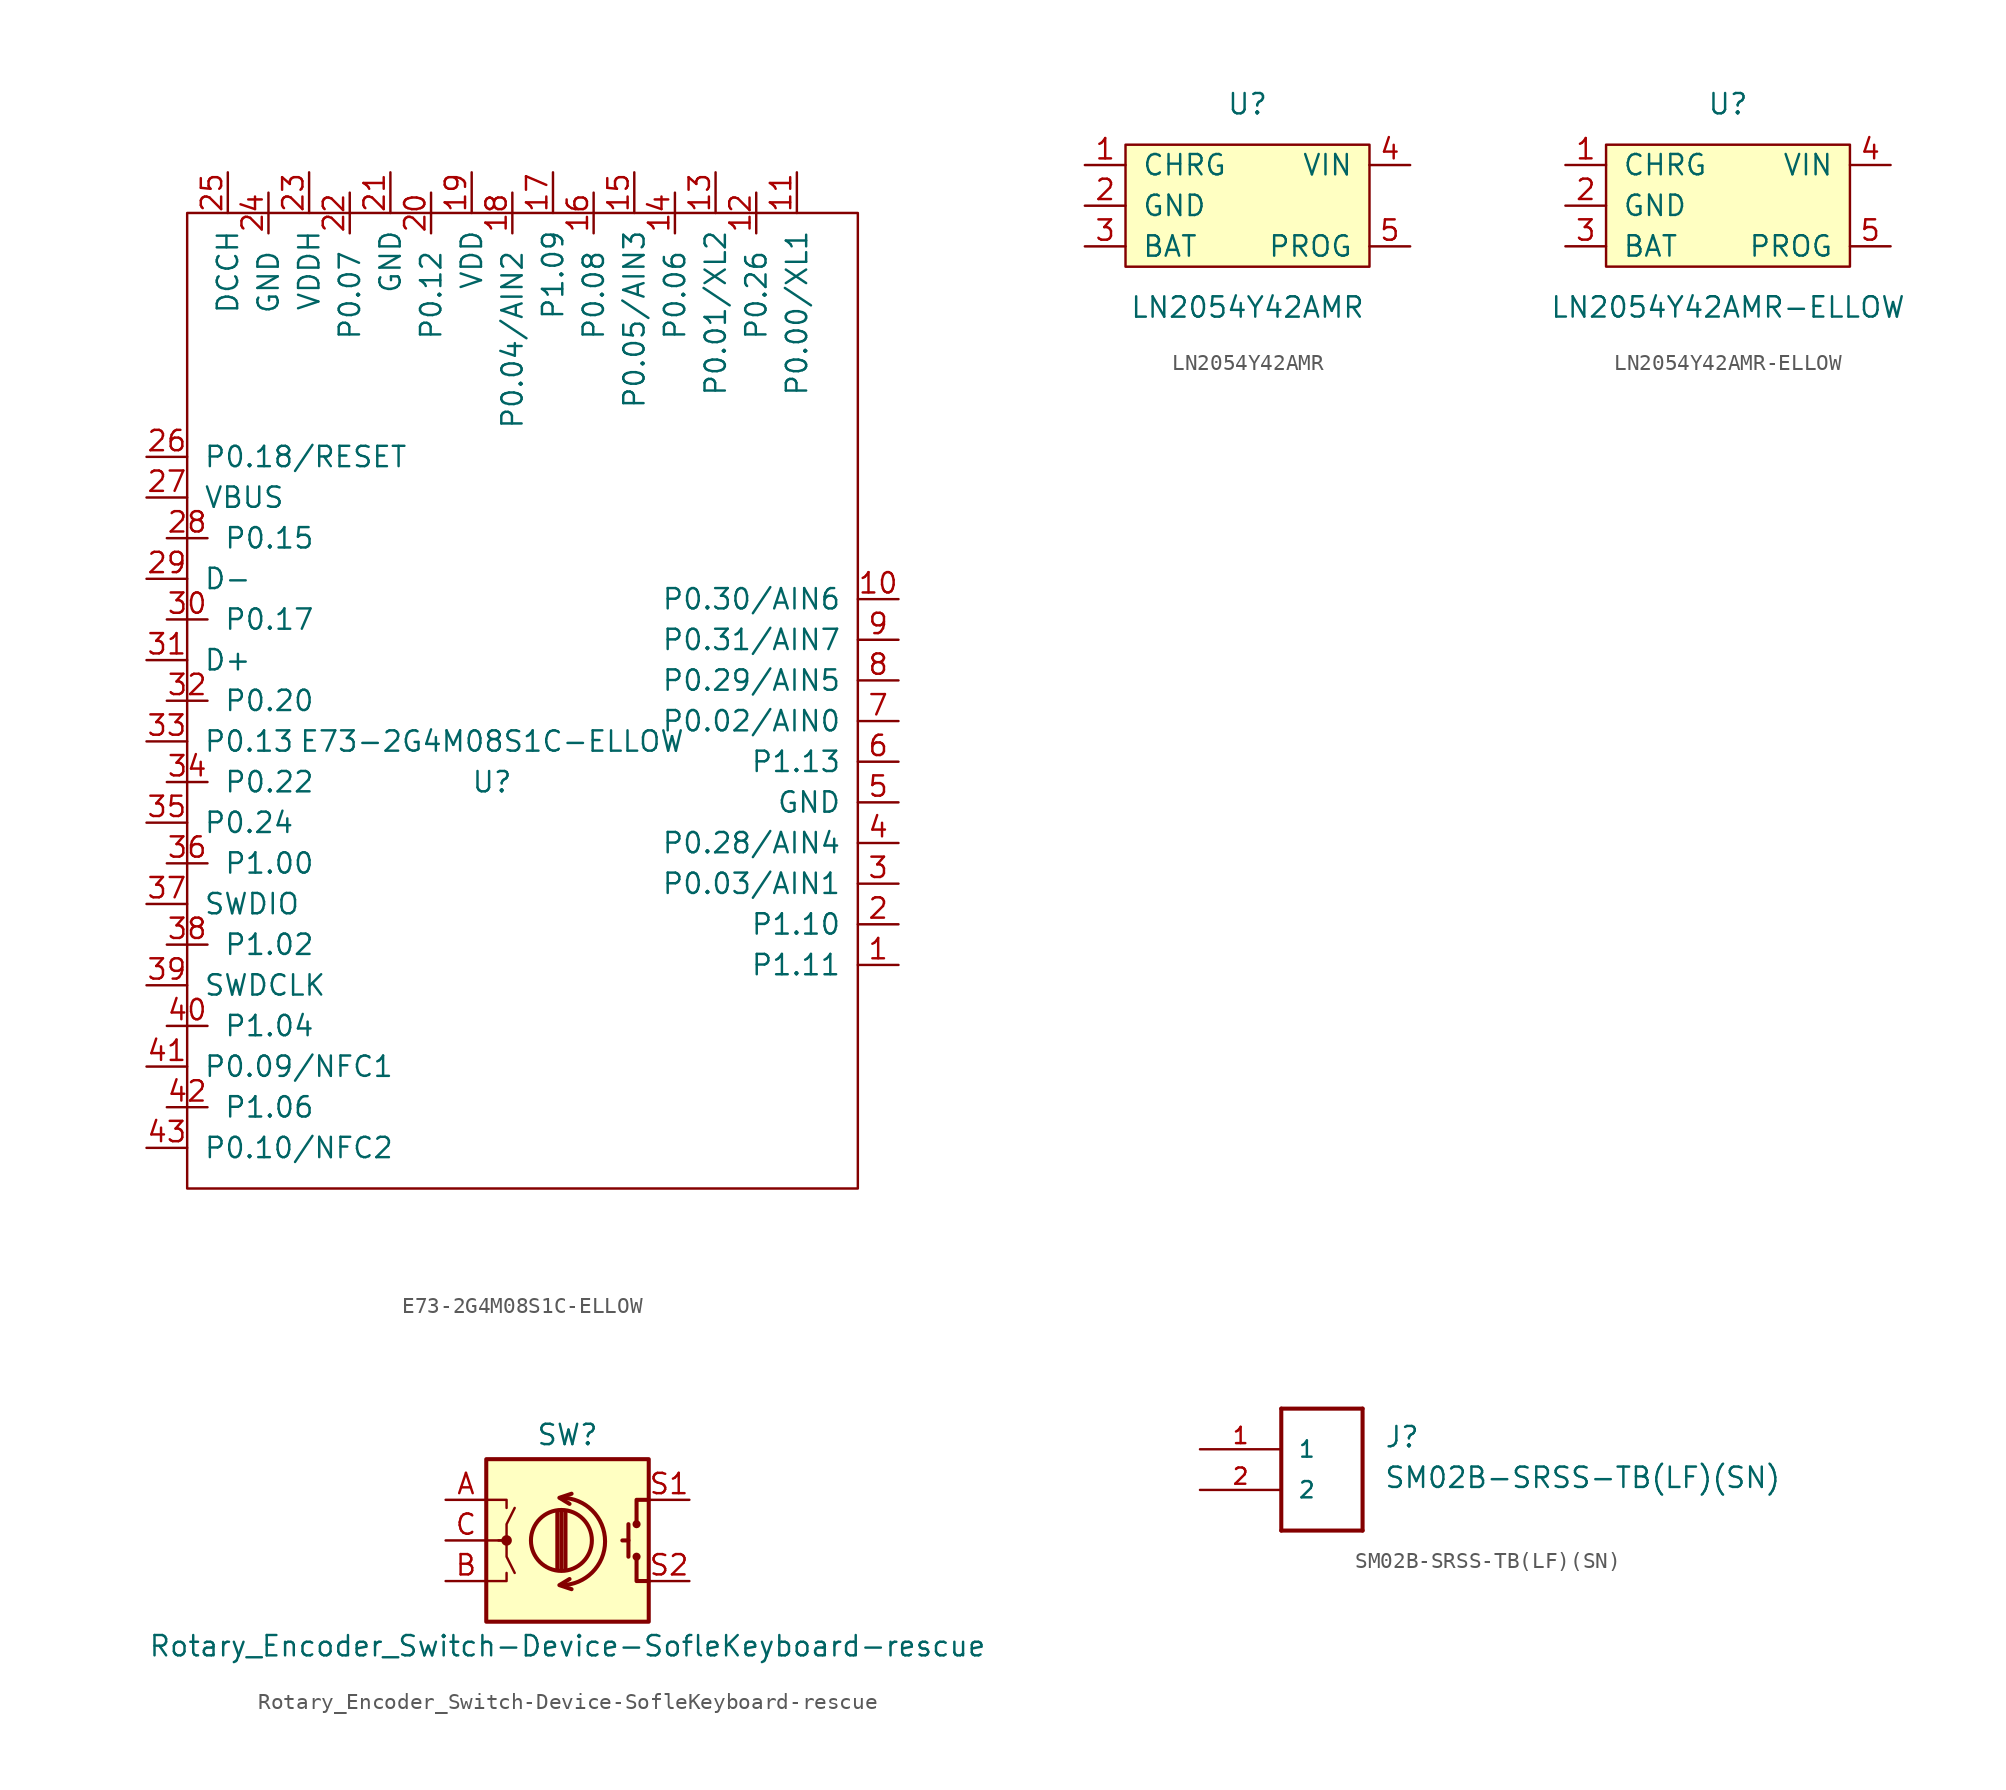
<source format=kicad_sym>
(kicad_symbol_lib
  (version 20201005)
  (generator kicad_symbol_editor)
  (symbol "BlueSof:E73-2G4M08S1C-ELLOW"
    (pin_names
      (offset 1.016))
    (property "Reference" "U"
      (at 0 -1.27 0)
      (effects (font (size 1.27 1.27))))
    (property "Value" "E73-2G4M08S1C-ELLOW"
      (at 0 1.27 0)
      (effects (font (size 1.27 1.27))))
    (symbol "E73-2G4M08S1C-ELLOW_0_0"
      (pin bidirectional line (at 25.4 10.16 180) (length 2.54) (name "P0.30/AIN6" (effects (font (size 1.27 1.27)))) (number "10" (effects (font (size 1.27 1.27)))))
      (pin bidirectional line (at 19.05 36.83 270) (length 2.54) (name "P0.00/XL1" (effects (font (size 1.27 1.27)))) (number "11" (effects (font (size 1.27 1.27)))))
      (pin bidirectional line (at 16.51 35.56 270) (length 2.54) (name "P0.26" (effects (font (size 1.27 1.27)))) (number "12" (effects (font (size 1.27 1.27)))))
      (pin bidirectional line (at 13.97 36.83 270) (length 2.54) (name "P0.01/XL2" (effects (font (size 1.27 1.27)))) (number "13" (effects (font (size 1.27 1.27)))))
      (pin bidirectional line (at 11.43 35.56 270) (length 2.54) (name "P0.06" (effects (font (size 1.27 1.27)))) (number "14" (effects (font (size 1.27 1.27)))))
      (pin bidirectional line (at 8.89 36.83 270) (length 2.54) (name "P0.05/AIN3" (effects (font (size 1.27 1.27)))) (number "15" (effects (font (size 1.27 1.27)))))
      (pin bidirectional line (at 6.35 35.56 270) (length 2.54) (name "P0.08" (effects (font (size 1.27 1.27)))) (number "16" (effects (font (size 1.27 1.27)))))
      (pin bidirectional line (at 3.81 36.83 270) (length 2.54) (name "P1.09" (effects (font (size 1.27 1.27)))) (number "17" (effects (font (size 1.27 1.27)))))
      (pin bidirectional line (at 1.27 35.56 270) (length 2.54) (name "P0.04/AIN2" (effects (font (size 1.27 1.27)))) (number "18" (effects (font (size 1.27 1.27)))))
      (pin unspecified line (at -1.27 36.83 270) (length 2.54) (name "VDD" (effects (font (size 1.27 1.27)))) (number "19" (effects (font (size 1.27 1.27)))))
      (pin bidirectional line (at -3.81 35.56 270) (length 2.54) (name "P0.12" (effects (font (size 1.27 1.27)))) (number "20" (effects (font (size 1.27 1.27)))))
      (pin unspecified line (at -6.35 36.83 270) (length 2.54) (name "GND" (effects (font (size 1.27 1.27)))) (number "21" (effects (font (size 1.27 1.27)))))
      (pin bidirectional line (at -8.89 35.56 270) (length 2.54) (name "P0.07" (effects (font (size 1.27 1.27)))) (number "22" (effects (font (size 1.27 1.27)))))
      (pin unspecified line (at -11.43 36.83 270) (length 2.54) (name "VDDH" (effects (font (size 1.27 1.27)))) (number "23" (effects (font (size 1.27 1.27)))))
      (pin unspecified line (at -13.97 35.56 270) (length 2.54) (name "GND" (effects (font (size 1.27 1.27)))) (number "24" (effects (font (size 1.27 1.27)))))
      (pin bidirectional line (at -16.51 36.83 270) (length 2.54) (name "DCCH" (effects (font (size 1.27 1.27)))) (number "25" (effects (font (size 1.27 1.27)))))
      (pin bidirectional line (at -21.59 19.05 0) (length 2.54) (name "P0.18/RESET" (effects (font (size 1.27 1.27)))) (number "26" (effects (font (size 1.27 1.27)))))
      (pin unspecified line (at -21.59 16.51 0) (length 2.54) (name "VBUS" (effects (font (size 1.27 1.27)))) (number "27" (effects (font (size 1.27 1.27)))))
      (pin bidirectional line (at -20.32 13.97 0) (length 2.54) (name "P0.15" (effects (font (size 1.27 1.27)))) (number "28" (effects (font (size 1.27 1.27)))))
      (pin output line (at -21.59 11.43 0) (length 2.54) (name "D-" (effects (font (size 1.27 1.27)))) (number "29" (effects (font (size 1.27 1.27)))))
      (pin bidirectional line (at -20.32 8.89 0) (length 2.54) (name "P0.17" (effects (font (size 1.27 1.27)))) (number "30" (effects (font (size 1.27 1.27)))))
      (pin output line (at -21.59 6.35 0) (length 2.54) (name "D+" (effects (font (size 1.27 1.27)))) (number "31" (effects (font (size 1.27 1.27)))))
      (pin bidirectional line (at -20.32 3.81 0) (length 2.54) (name "P0.20" (effects (font (size 1.27 1.27)))) (number "32" (effects (font (size 1.27 1.27)))))
      (pin bidirectional line (at -21.59 1.27 0) (length 2.54) (name "P0.13" (effects (font (size 1.27 1.27)))) (number "33" (effects (font (size 1.27 1.27)))))
      (pin bidirectional line (at -20.32 -1.27 0) (length 2.54) (name "P0.22" (effects (font (size 1.27 1.27)))) (number "34" (effects (font (size 1.27 1.27)))))
      (pin bidirectional line (at -21.59 -3.81 0) (length 2.54) (name "P0.24" (effects (font (size 1.27 1.27)))) (number "35" (effects (font (size 1.27 1.27)))))
      (pin bidirectional line (at -20.32 -6.35 0) (length 2.54) (name "P1.00" (effects (font (size 1.27 1.27)))) (number "36" (effects (font (size 1.27 1.27)))))
      (pin unspecified line (at -21.59 -8.89 0) (length 2.54) (name "SWDIO" (effects (font (size 1.27 1.27)))) (number "37" (effects (font (size 1.27 1.27)))))
      (pin bidirectional line (at -20.32 -11.43 0) (length 2.54) (name "P1.02" (effects (font (size 1.27 1.27)))) (number "38" (effects (font (size 1.27 1.27)))))
      (pin unspecified line (at -21.59 -13.97 0) (length 2.54) (name "SWDCLK" (effects (font (size 1.27 1.27)))) (number "39" (effects (font (size 1.27 1.27)))))
      (pin bidirectional line (at -20.32 -16.51 0) (length 2.54) (name "P1.04" (effects (font (size 1.27 1.27)))) (number "40" (effects (font (size 1.27 1.27)))))
      (pin bidirectional line (at -21.59 -19.05 0) (length 2.54) (name "P0.09/NFC1" (effects (font (size 1.27 1.27)))) (number "41" (effects (font (size 1.27 1.27)))))
      (pin bidirectional line (at -20.32 -21.59 0) (length 2.54) (name "P1.06" (effects (font (size 1.27 1.27)))) (number "42" (effects (font (size 1.27 1.27)))))
      (pin bidirectional line (at -21.59 -24.13 0) (length 2.54) (name "P0.10/NFC2" (effects (font (size 1.27 1.27)))) (number "43" (effects (font (size 1.27 1.27)))))
      (pin bidirectional line (at 25.4 5.08 180) (length 2.54) (name "P0.29/AIN5" (effects (font (size 1.27 1.27)))) (number "8" (effects (font (size 1.27 1.27)))))
      (pin bidirectional line (at 25.4 7.62 180) (length 2.54) (name "P0.31/AIN7" (effects (font (size 1.27 1.27)))) (number "9" (effects (font (size 1.27 1.27))))))
    (symbol "E73-2G4M08S1C-ELLOW_0_1"
      (rectangle (start -19.05 34.29) (end 22.86 -26.67) (stroke (width 0)) (fill (type none))))
    (symbol "E73-2G4M08S1C-ELLOW_1_1"
      (pin bidirectional line (at 25.4 -12.7 180) (length 2.54) (name "P1.11" (effects (font (size 1.27 1.27)))) (number "1" (effects (font (size 1.27 1.27)))))
      (pin bidirectional line (at 25.4 -10.16 180) (length 2.54) (name "P1.10" (effects (font (size 1.27 1.27)))) (number "2" (effects (font (size 1.27 1.27)))))
      (pin bidirectional line (at 25.4 -7.62 180) (length 2.54) (name "P0.03/AIN1" (effects (font (size 1.27 1.27)))) (number "3" (effects (font (size 1.27 1.27)))))
      (pin bidirectional line (at 25.4 -5.08 180) (length 2.54) (name "P0.28/AIN4" (effects (font (size 1.27 1.27)))) (number "4" (effects (font (size 1.27 1.27)))))
      (pin power_in line (at 25.4 -2.54 180) (length 2.54) (name "GND" (effects (font (size 1.27 1.27)))) (number "5" (effects (font (size 1.27 1.27)))))
      (pin bidirectional line (at 25.4 0 180) (length 2.54) (name "P1.13" (effects (font (size 1.27 1.27)))) (number "6" (effects (font (size 1.27 1.27)))))
      (pin bidirectional line (at 25.4 2.54 180) (length 2.54) (name "P0.02/AIN0" (effects (font (size 1.27 1.27)))) (number "7" (effects (font (size 1.27 1.27)))))))
  (symbol "BlueSof:LN2054Y42AMR"
    (pin_names
      (offset 1.016))
    (property "Reference" "U"
      (at 0 6.35 0)
      (effects (font (size 1.27 1.27))))
    (property "Value" "LN2054Y42AMR"
      (at 0 -6.35 0)
      (effects (font (size 1.27 1.27))))
    (symbol "LN2054Y42AMR_0_1"
      (rectangle (start 7.62 -3.81) (end -7.62 3.81) (stroke (width 0)) (fill (type background))))
    (symbol "LN2054Y42AMR_1_1"
      (pin output line (at -10.16 2.54 0) (length 2.54) (name "CHRG" (effects (font (size 1.27 1.27)))) (number "1" (effects (font (size 1.27 1.27)))))
      (pin power_in line (at -10.16 0 0) (length 2.54) (name "GND" (effects (font (size 1.27 1.27)))) (number "2" (effects (font (size 1.27 1.27)))))
      (pin power_out line (at -10.16 -2.54 0) (length 2.54) (name "BAT" (effects (font (size 1.27 1.27)))) (number "3" (effects (font (size 1.27 1.27)))))
      (pin power_in line (at 10.16 2.54 180) (length 2.54) (name "VIN" (effects (font (size 1.27 1.27)))) (number "4" (effects (font (size 1.27 1.27)))))
      (pin input line (at 10.16 -2.54 180) (length 2.54) (name "PROG" (effects (font (size 1.27 1.27)))) (number "5" (effects (font (size 1.27 1.27)))))))
  (symbol "BlueSof:LN2054Y42AMR-ELLOW"
    (pin_names
      (offset 1.016))
    (property "Reference" "U"
      (at 0 6.35 0)
      (effects (font (size 1.27 1.27))))
    (property "Value" "LN2054Y42AMR-ELLOW"
      (at 0 -6.35 0)
      (effects (font (size 1.27 1.27))))
    (symbol "LN2054Y42AMR-ELLOW_0_1"
      (rectangle (start 7.62 -3.81) (end -7.62 3.81) (stroke (width 0)) (fill (type background))))
    (symbol "LN2054Y42AMR-ELLOW_1_1"
      (pin output line (at -10.16 2.54 0) (length 2.54) (name "CHRG" (effects (font (size 1.27 1.27)))) (number "1" (effects (font (size 1.27 1.27)))))
      (pin power_in line (at -10.16 0 0) (length 2.54) (name "GND" (effects (font (size 1.27 1.27)))) (number "2" (effects (font (size 1.27 1.27)))))
      (pin power_out line (at -10.16 -2.54 0) (length 2.54) (name "BAT" (effects (font (size 1.27 1.27)))) (number "3" (effects (font (size 1.27 1.27)))))
      (pin power_in line (at 10.16 2.54 180) (length 2.54) (name "VIN" (effects (font (size 1.27 1.27)))) (number "4" (effects (font (size 1.27 1.27)))))
      (pin input line (at 10.16 -2.54 180) (length 2.54) (name "PROG" (effects (font (size 1.27 1.27)))) (number "5" (effects (font (size 1.27 1.27)))))))
  (symbol "BlueSof:Rotary_Encoder_Switch-Device-SofleKeyboard-rescue"
    (pin_names
      (offset 0.254) hide)
    (property "Reference" "SW"
      (at 0 6.604 0)
      (effects (font (size 1.27 1.27))))
    (property "Value" "Rotary_Encoder_Switch-Device-SofleKeyboard-rescue"
      (at 0 -6.604 0)
      (effects (font (size 1.27 1.27))))
    (symbol "Rotary_Encoder_Switch-Device-SofleKeyboard-rescue_0_1"
      (arc (start -0.381 -2.794) (end -0.381 2.667) (radius (at -0.381 -0.0508) (length 2.7432) (angles -89.9 89.9)) (stroke (width 0.254)) (fill (type none)))
      (circle (center -0.381 0) (radius 1.905) (stroke (width 0.254)) (fill (type none)))
      (circle (center 4.318 -1.016) (radius 0.127) (stroke (width 0.254)) (fill (type none)))
      (circle (center 4.318 1.016) (radius 0.127) (stroke (width 0.254)) (fill (type none)))
      (circle (center -3.81 0) (radius 0.254) (stroke (width 0)) (fill (type outline)))
      (rectangle (start -5.08 5.08) (end 5.08 -5.08) (stroke (width 0.254)) (fill (type background)))
      (polyline (pts (xy -0.635 -1.778) (xy -0.635 1.778)) (stroke (width 0.254)) (fill (type none)))
      (polyline (pts (xy -0.381 -1.778) (xy -0.381 1.778)) (stroke (width 0.254)) (fill (type none)))
      (polyline (pts (xy -0.127 1.778) (xy -0.127 -1.778)) (stroke (width 0.254)) (fill (type none)))
      (polyline (pts (xy 3.81 0) (xy 3.429 0)) (stroke (width 0.254)) (fill (type none)))
      (polyline (pts (xy 3.81 1.016) (xy 3.81 -1.016)) (stroke (width 0.254)) (fill (type none)))
      (polyline (pts (xy -5.08 -2.54) (xy -3.81 -2.54) (xy -3.81 -2.032)) (stroke (width 0)) (fill (type none)))
      (polyline (pts (xy -5.08 2.54) (xy -3.81 2.54) (xy -3.81 2.032)) (stroke (width 0)) (fill (type none)))
      (polyline (pts (xy 0.254 -3.048) (xy -0.508 -2.794) (xy 0.127 -2.413)) (stroke (width 0.254)) (fill (type none)))
      (polyline (pts (xy 0.254 2.921) (xy -0.508 2.667) (xy 0.127 2.286)) (stroke (width 0.254)) (fill (type none)))
      (polyline (pts (xy 5.08 -2.54) (xy 4.318 -2.54) (xy 4.318 -1.016)) (stroke (width 0.254)) (fill (type none)))
      (polyline (pts (xy 5.08 2.54) (xy 4.318 2.54) (xy 4.318 1.016)) (stroke (width 0.254)) (fill (type none)))
      (polyline (pts (xy -5.08 0) (xy -3.81 0) (xy -3.81 -1.016) (xy -3.302 -2.032)) (stroke (width 0)) (fill (type none)))
      (polyline (pts (xy -4.318 0) (xy -3.81 0) (xy -3.81 1.016) (xy -3.302 2.032)) (stroke (width 0)) (fill (type none))))
    (symbol "Rotary_Encoder_Switch-Device-SofleKeyboard-rescue_1_1"
      (pin passive line (at -7.62 2.54 0) (length 2.54) (name "A" (effects (font (size 1.27 1.27)))) (number "A" (effects (font (size 1.27 1.27)))))
      (pin passive line (at -7.62 -2.54 0) (length 2.54) (name "B" (effects (font (size 1.27 1.27)))) (number "B" (effects (font (size 1.27 1.27)))))
      (pin passive line (at -7.62 0 0) (length 2.54) (name "C" (effects (font (size 1.27 1.27)))) (number "C" (effects (font (size 1.27 1.27)))))
      (pin passive line (at 7.62 2.54 180) (length 2.54) (name "S1" (effects (font (size 1.27 1.27)))) (number "S1" (effects (font (size 1.27 1.27)))))
      (pin passive line (at 7.62 -2.54 180) (length 2.54) (name "S2" (effects (font (size 1.27 1.27)))) (number "S2" (effects (font (size 1.27 1.27)))))))
  (symbol "BlueSof:SM02B-SRSS-TB(LF)(SN)"
    (pin_names
      (offset 1.016))
    (property "Reference" "J"
      (at 11.506 5.105 0)
      (effects (font (size 1.27 1.27)) (justify left bottom)))
    (property "Value" "SM02B-SRSS-TB(LF)(SN)"
      (at 11.481 2.565 0)
      (effects (font (size 1.27 1.27)) (justify left bottom)))
    (property "ki_locked" ""
      (at 0 0 0)
      (effects (font (size 1.27 1.27))))
    (symbol "SM02B-SRSS-TB(LF)(SN)_0_0"
      (polyline (pts (xy 5.08 7.62) (xy 10.16 7.62)) (stroke (width 0.254)) (fill (type none)))
      (polyline (pts (xy 10.16 0) (xy 10.16 7.62)) (stroke (width 0.254)) (fill (type none)))
      (polyline (pts (xy 10.16 0) (xy 5.08 0)) (stroke (width 0.254)) (fill (type none)))
      (polyline (pts (xy 5.08 7.62) (xy 5.08 0)) (stroke (width 0.254)) (fill (type none)))
      (pin bidirectional line (at 0 5.08 0) (length 5.08) (name "1" (effects (font (size 1.016 1.016)))) (number "1" (effects (font (size 1.016 1.016)))))
      (pin bidirectional line (at 0 2.54 0) (length 5.08) (name "2" (effects (font (size 1.016 1.016)))) (number "2" (effects (font (size 1.016 1.016))))))))
</source>
